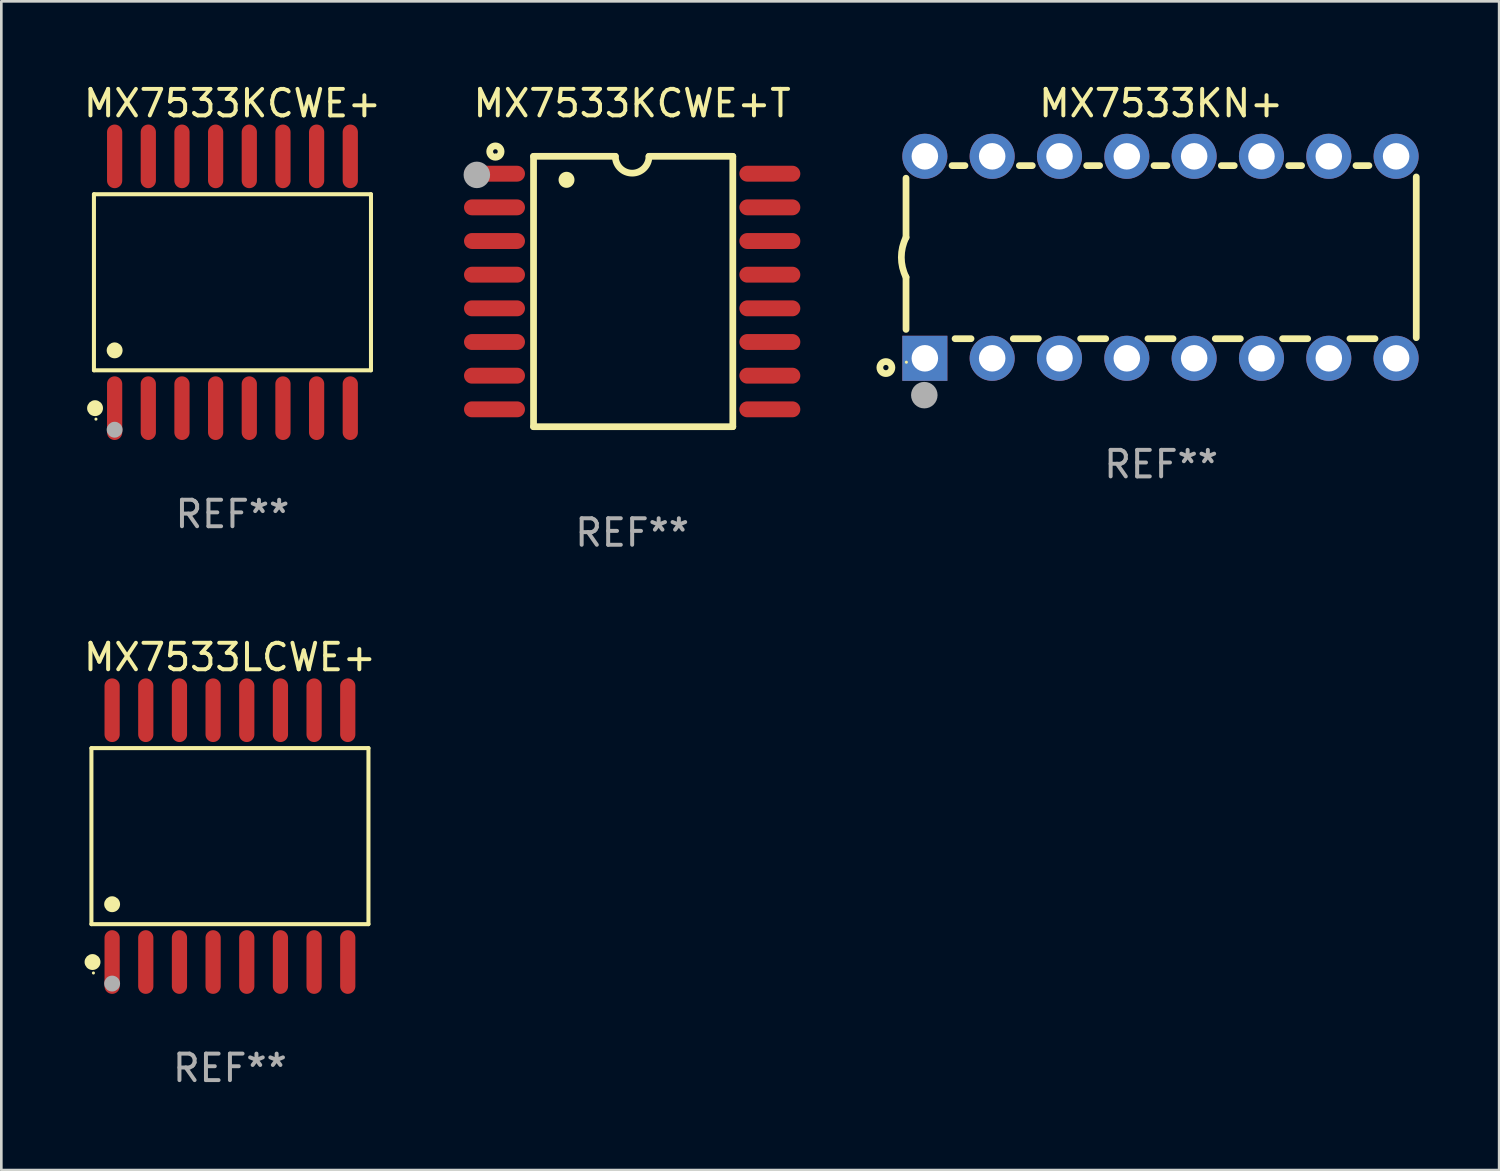
<source format=kicad_pcb>
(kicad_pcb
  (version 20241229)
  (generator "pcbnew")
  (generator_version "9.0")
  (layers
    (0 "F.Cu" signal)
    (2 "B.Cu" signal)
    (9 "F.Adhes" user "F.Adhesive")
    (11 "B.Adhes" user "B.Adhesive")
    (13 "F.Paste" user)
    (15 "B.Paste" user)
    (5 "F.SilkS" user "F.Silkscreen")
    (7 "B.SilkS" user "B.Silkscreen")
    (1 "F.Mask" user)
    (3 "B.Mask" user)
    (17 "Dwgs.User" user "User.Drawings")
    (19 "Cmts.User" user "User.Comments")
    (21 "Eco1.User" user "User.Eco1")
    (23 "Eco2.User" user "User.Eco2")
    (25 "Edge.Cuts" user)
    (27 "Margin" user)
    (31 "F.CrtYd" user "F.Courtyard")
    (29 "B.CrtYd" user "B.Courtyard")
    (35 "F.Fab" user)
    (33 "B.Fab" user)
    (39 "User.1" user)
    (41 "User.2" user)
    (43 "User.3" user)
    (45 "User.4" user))
  (footprint "MX7533KN+"
    (layer "F.Cu")
    (at 40.757 6.658)
    (property "Reference" "MX7533KN+" (at 0 -5.81 0) (layer "F.SilkS") (effects (font (size 1 1) (thickness 0.15))))
    (attr through_hole)
    (fp_line (start -9.625 -0.75) (end -9.625 -2.985) (stroke (width 0.254) (type solid)) (layer "F.SilkS"))
    (fp_line (start -9.625 0.749) (end -9.625 2.719) (stroke (width 0.254) (type solid)) (layer "F.SilkS"))
    (fp_line (start -7.889 -3.46) (end -7.401 -3.46) (stroke (width 0.254) (type solid)) (layer "F.SilkS"))
    (fp_line (start -7.775 3.07) (end -7.172 3.07) (stroke (width 0.254) (type solid)) (layer "F.SilkS"))
    (fp_line (start -5.578 3.07) (end -4.632 3.07) (stroke (width 0.254) (type solid)) (layer "F.SilkS"))
    (fp_line (start -5.349 -3.46) (end -4.861 -3.46) (stroke (width 0.254) (type solid)) (layer "F.SilkS"))
    (fp_line (start -3.038 3.07) (end -2.092 3.07) (stroke (width 0.254) (type solid)) (layer "F.SilkS"))
    (fp_line (start -2.809 -3.46) (end -2.321 -3.46) (stroke (width 0.254) (type solid)) (layer "F.SilkS"))
    (fp_line (start -0.498 3.07) (end 0.448 3.07) (stroke (width 0.254) (type solid)) (layer "F.SilkS"))
    (fp_line (start -0.269 -3.46) (end 0.219 -3.46) (stroke (width 0.254) (type solid)) (layer "F.SilkS"))
    (fp_line (start 2.042 3.07) (end 2.988 3.07) (stroke (width 0.254) (type solid)) (layer "F.SilkS"))
    (fp_line (start 2.271 -3.46) (end 2.759 -3.46) (stroke (width 0.254) (type solid)) (layer "F.SilkS"))
    (fp_line (start 4.582 3.07) (end 5.528 3.07) (stroke (width 0.254) (type solid)) (layer "F.SilkS"))
    (fp_line (start 4.811 -3.46) (end 5.299 -3.46) (stroke (width 0.254) (type solid)) (layer "F.SilkS"))
    (fp_line (start 7.122 3.07) (end 8.068 3.07) (stroke (width 0.254) (type solid)) (layer "F.SilkS"))
    (fp_line (start 7.351 -3.46) (end 7.839 -3.46) (stroke (width 0.254) (type solid)) (layer "F.SilkS"))
    (fp_line (start 9.625 3.032) (end 9.625 -3.032) (stroke (width 0.254) (type solid)) (layer "F.SilkS"))
    (fp_arc (start -9.62498 0.748819) (mid -9.801899 -0.000581) (end -9.625006 -0.749987) (stroke (width 0.254001) (type solid)) (layer "F.SilkS"))
    (fp_circle (center -10.385 4.16) (end -10.285 4.16) (stroke (width 0.254) (type solid)) (fill no) (layer "F.SilkS"))
    (fp_circle (center -9.612 3.957) (end -9.582 3.957) (stroke (width 0.06) (type solid)) (fill no) (layer "F.SilkS"))
    (fp_circle (center -8.935 5.2) (end -8.685 5.2) (stroke (width 0.5) (type solid)) (fill no) (layer "F.Fab"))
    (fp_text user "REF**" (at 0 7.81 0) (layer "F.Fab") (effects (font (size 1 1) (thickness 0.15))))
    (pad "1" thru_hole rect (at -8.915 3.81) (size 1.7 1.7) (drill 1) (layers "*.Cu" "*.Mask"))
    (pad "2" thru_hole circle (at -6.375 3.81) (size 1.7 1.7) (drill 1) (layers "*.Cu" "*.Mask"))
    (pad "3" thru_hole circle (at -3.835 3.81) (size 1.7 1.7) (drill 1) (layers "*.Cu" "*.Mask"))
    (pad "4" thru_hole circle (at -1.295 3.81) (size 1.7 1.7) (drill 1) (layers "*.Cu" "*.Mask"))
    (pad "5" thru_hole circle (at 1.245 3.81) (size 1.7 1.7) (drill 1) (layers "*.Cu" "*.Mask"))
    (pad "6" thru_hole circle (at 3.785 3.81) (size 1.7 1.7) (drill 1) (layers "*.Cu" "*.Mask"))
    (pad "7" thru_hole circle (at 6.325 3.81) (size 1.7 1.7) (drill 1) (layers "*.Cu" "*.Mask"))
    (pad "8" thru_hole circle (at 8.865 3.81) (size 1.7 1.7) (drill 1) (layers "*.Cu" "*.Mask"))
    (pad "9" thru_hole circle (at 8.865 -3.81) (size 1.7 1.7) (drill 1) (layers "*.Cu" "*.Mask"))
    (pad "10" thru_hole circle (at 6.325 -3.81) (size 1.7 1.7) (drill 1) (layers "*.Cu" "*.Mask"))
    (pad "11" thru_hole circle (at 3.785 -3.81) (size 1.7 1.7) (drill 1) (layers "*.Cu" "*.Mask"))
    (pad "12" thru_hole circle (at 1.245 -3.81) (size 1.7 1.7) (drill 1) (layers "*.Cu" "*.Mask"))
    (pad "13" thru_hole circle (at -1.295 -3.81) (size 1.7 1.7) (drill 1) (layers "*.Cu" "*.Mask"))
    (pad "14" thru_hole circle (at -3.835 -3.81) (size 1.7 1.7) (drill 1) (layers "*.Cu" "*.Mask"))
    (pad "15" thru_hole circle (at -6.375 -3.81) (size 1.7 1.7) (drill 1) (layers "*.Cu" "*.Mask"))
    (pad "16" thru_hole circle (at -8.915 -3.81) (size 1.7 1.7) (drill 1) (layers "*.Cu" "*.Mask")))
  (footprint "MX7533KCWE+"
    (layer "F.Cu")
    (at 5.72 7.599)
    (property "Reference" "MX7533KCWE+" (at 0 -6.75 0) (layer "F.SilkS") (effects (font (size 1 1) (thickness 0.15))))
    (attr through_hole)
    (fp_line (start -5.226 -3.321) (end 5.226 -3.321) (stroke (width 0.152) (type solid)) (layer "F.SilkS"))
    (fp_line (start -5.226 3.321) (end -5.226 -3.321) (stroke (width 0.152) (type solid)) (layer "F.SilkS"))
    (fp_line (start 5.226 -3.321) (end 5.226 3.321) (stroke (width 0.152) (type solid)) (layer "F.SilkS"))
    (fp_line (start 5.226 3.321) (end -5.226 3.321) (stroke (width 0.152) (type solid)) (layer "F.SilkS"))
    (fp_circle (center -5.184 4.75) (end -5.034 4.75) (stroke (width 0.3) (type solid)) (fill no) (layer "F.SilkS"))
    (fp_circle (center -5.15 5.163) (end -5.12 5.163) (stroke (width 0.06) (type solid)) (fill no) (layer "F.SilkS"))
    (fp_circle (center -4.445 2.569) (end -4.295 2.569) (stroke (width 0.3) (type solid)) (fill no) (layer "F.SilkS"))
    (fp_circle (center -4.445 5.563) (end -4.295 5.563) (stroke (width 0.3) (type solid)) (fill no) (layer "F.Fab"))
    (fp_text user "REF**" (at 0 8.75 0) (layer "F.Fab") (effects (font (size 1 1) (thickness 0.15))))
    (pad "1" smd oval (at -4.445 4.75) (size 0.574 2.401) (layers "F.Cu" "F.Mask" "F.Paste"))
    (pad "2" smd oval (at -3.175 4.75) (size 0.574 2.401) (layers "F.Cu" "F.Mask" "F.Paste"))
    (pad "3" smd oval (at -1.905 4.75) (size 0.574 2.401) (layers "F.Cu" "F.Mask" "F.Paste"))
    (pad "4" smd oval (at -0.635 4.75) (size 0.574 2.401) (layers "F.Cu" "F.Mask" "F.Paste"))
    (pad "5" smd oval (at 0.635 4.75) (size 0.574 2.401) (layers "F.Cu" "F.Mask" "F.Paste"))
    (pad "6" smd oval (at 1.905 4.75) (size 0.574 2.401) (layers "F.Cu" "F.Mask" "F.Paste"))
    (pad "7" smd oval (at 3.175 4.75) (size 0.574 2.401) (layers "F.Cu" "F.Mask" "F.Paste"))
    (pad "8" smd oval (at 4.445 4.75) (size 0.574 2.401) (layers "F.Cu" "F.Mask" "F.Paste"))
    (pad "9" smd oval (at 4.445 -4.75) (size 0.574 2.401) (layers "F.Cu" "F.Mask" "F.Paste"))
    (pad "10" smd oval (at 3.175 -4.75) (size 0.574 2.401) (layers "F.Cu" "F.Mask" "F.Paste"))
    (pad "11" smd oval (at 1.905 -4.75) (size 0.574 2.401) (layers "F.Cu" "F.Mask" "F.Paste"))
    (pad "12" smd oval (at 0.635 -4.75) (size 0.574 2.401) (layers "F.Cu" "F.Mask" "F.Paste"))
    (pad "13" smd oval (at -0.635 -4.75) (size 0.574 2.401) (layers "F.Cu" "F.Mask" "F.Paste"))
    (pad "14" smd oval (at -1.905 -4.75) (size 0.574 2.401) (layers "F.Cu" "F.Mask" "F.Paste"))
    (pad "15" smd oval (at -3.175 -4.75) (size 0.574 2.401) (layers "F.Cu" "F.Mask" "F.Paste"))
    (pad "16" smd oval (at -4.445 -4.75) (size 0.574 2.401) (layers "F.Cu" "F.Mask" "F.Paste")))
  (footprint "MX7533LCWE+"
    (layer "F.Cu")
    (at 5.625 28.495)
    (property "Reference" "MX7533LCWE+" (at 0 -6.75 0) (layer "F.SilkS") (effects (font (size 1 1) (thickness 0.15))))
    (attr through_hole)
    (fp_line (start -5.226 -3.321) (end 5.226 -3.321) (stroke (width 0.152) (type solid)) (layer "F.SilkS"))
    (fp_line (start -5.226 3.321) (end -5.226 -3.321) (stroke (width 0.152) (type solid)) (layer "F.SilkS"))
    (fp_line (start 5.226 -3.321) (end 5.226 3.321) (stroke (width 0.152) (type solid)) (layer "F.SilkS"))
    (fp_line (start 5.226 3.321) (end -5.226 3.321) (stroke (width 0.152) (type solid)) (layer "F.SilkS"))
    (fp_circle (center -5.184 4.75) (end -5.034 4.75) (stroke (width 0.3) (type solid)) (fill no) (layer "F.SilkS"))
    (fp_circle (center -5.15 5.163) (end -5.12 5.163) (stroke (width 0.06) (type solid)) (fill no) (layer "F.SilkS"))
    (fp_circle (center -4.445 2.569) (end -4.295 2.569) (stroke (width 0.3) (type solid)) (fill no) (layer "F.SilkS"))
    (fp_circle (center -4.445 5.563) (end -4.295 5.563) (stroke (width 0.3) (type solid)) (fill no) (layer "F.Fab"))
    (fp_text user "REF**" (at 0 8.75 0) (layer "F.Fab") (effects (font (size 1 1) (thickness 0.15))))
    (pad "1" smd oval (at -4.445 4.75) (size 0.574 2.401) (layers "F.Cu" "F.Mask" "F.Paste"))
    (pad "2" smd oval (at -3.175 4.75) (size 0.574 2.401) (layers "F.Cu" "F.Mask" "F.Paste"))
    (pad "3" smd oval (at -1.905 4.75) (size 0.574 2.401) (layers "F.Cu" "F.Mask" "F.Paste"))
    (pad "4" smd oval (at -0.635 4.75) (size 0.574 2.401) (layers "F.Cu" "F.Mask" "F.Paste"))
    (pad "5" smd oval (at 0.635 4.75) (size 0.574 2.401) (layers "F.Cu" "F.Mask" "F.Paste"))
    (pad "6" smd oval (at 1.905 4.75) (size 0.574 2.401) (layers "F.Cu" "F.Mask" "F.Paste"))
    (pad "7" smd oval (at 3.175 4.75) (size 0.574 2.401) (layers "F.Cu" "F.Mask" "F.Paste"))
    (pad "8" smd oval (at 4.445 4.75) (size 0.574 2.401) (layers "F.Cu" "F.Mask" "F.Paste"))
    (pad "9" smd oval (at 4.445 -4.75) (size 0.574 2.401) (layers "F.Cu" "F.Mask" "F.Paste"))
    (pad "10" smd oval (at 3.175 -4.75) (size 0.574 2.401) (layers "F.Cu" "F.Mask" "F.Paste"))
    (pad "11" smd oval (at 1.905 -4.75) (size 0.574 2.401) (layers "F.Cu" "F.Mask" "F.Paste"))
    (pad "12" smd oval (at 0.635 -4.75) (size 0.574 2.401) (layers "F.Cu" "F.Mask" "F.Paste"))
    (pad "13" smd oval (at -0.635 -4.75) (size 0.574 2.401) (layers "F.Cu" "F.Mask" "F.Paste"))
    (pad "14" smd oval (at -1.905 -4.75) (size 0.574 2.401) (layers "F.Cu" "F.Mask" "F.Paste"))
    (pad "15" smd oval (at -3.175 -4.75) (size 0.574 2.401) (layers "F.Cu" "F.Mask" "F.Paste"))
    (pad "16" smd oval (at -4.445 -4.75) (size 0.574 2.401) (layers "F.Cu" "F.Mask" "F.Paste")))
  (footprint "MX7533KCWE+T"
    (layer "F.Cu")
    (at 20.8 7.948)
    (property "Reference" "MX7533KCWE+T" (at 0 -7.1 0) (layer "F.SilkS") (effects (font (size 1 1) (thickness 0.15))))
    (attr through_hole)
    (fp_line (start -3.721 -5.1) (end -3.721 5.1) (stroke (width 0.254) (type solid)) (layer "F.SilkS"))
    (fp_line (start -3.721 -5.1) (end -0.635 -5.1) (stroke (width 0.254) (type solid)) (layer "F.SilkS"))
    (fp_line (start -3.721 5.1) (end 3.797 5.1) (stroke (width 0.254) (type solid)) (layer "F.SilkS"))
    (fp_line (start 3.797 -5.1) (end 0.635 -5.1) (stroke (width 0.254) (type solid)) (layer "F.SilkS"))
    (fp_line (start 3.797 5.1) (end 3.797 -5.1) (stroke (width 0.254) (type solid)) (layer "F.SilkS"))
    (fp_arc (start -2.476556 -4.211328) (mid -2.476567 -4.213868) (end -2.476556 -4.216408) (stroke (width 0.6) (type solid)) (layer "F.SilkS"))
    (fp_arc (start 0.63495 -5.100076) (mid -0.000178 -4.465329) (end -0.635052 -5.10033) (stroke (width 0.254001) (type solid)) (layer "F.SilkS"))
    (fp_circle (center -5.16 -5.28) (end -4.945 -5.28) (stroke (width 0.254) (type solid)) (fill no) (layer "F.SilkS"))
    (fp_circle (center -5.15 -5.15) (end -5.12 -5.15) (stroke (width 0.06) (type solid)) (fill no) (layer "F.SilkS"))
    (fp_circle (center -5.86 -4.4) (end -5.61 -4.4) (stroke (width 0.5) (type solid)) (fill no) (layer "F.Fab"))
    (fp_text user "REF**" (at 0 9.1 0) (layer "F.Fab") (effects (font (size 1 1) (thickness 0.15))))
    (pad "1" smd oval (at -5.194 -4.445) (size 2.3 0.6) (layers "F.Cu" "F.Mask" "F.Paste"))
    (pad "2" smd oval (at -5.194 -3.175) (size 2.3 0.6) (layers "F.Cu" "F.Mask" "F.Paste"))
    (pad "3" smd oval (at -5.194 -1.905) (size 2.3 0.6) (layers "F.Cu" "F.Mask" "F.Paste"))
    (pad "4" smd oval (at -5.194 -0.635) (size 2.3 0.6) (layers "F.Cu" "F.Mask" "F.Paste"))
    (pad "5" smd oval (at -5.194 0.635) (size 2.3 0.6) (layers "F.Cu" "F.Mask" "F.Paste"))
    (pad "6" smd oval (at -5.194 1.905) (size 2.3 0.6) (layers "F.Cu" "F.Mask" "F.Paste"))
    (pad "7" smd oval (at -5.194 3.175) (size 2.3 0.6) (layers "F.Cu" "F.Mask" "F.Paste"))
    (pad "8" smd oval (at -5.194 4.445) (size 2.3 0.6) (layers "F.Cu" "F.Mask" "F.Paste"))
    (pad "9" smd oval (at 5.194 4.445) (size 2.3 0.6) (layers "F.Cu" "F.Mask" "F.Paste"))
    (pad "10" smd oval (at 5.194 3.175) (size 2.3 0.6) (layers "F.Cu" "F.Mask" "F.Paste"))
    (pad "11" smd oval (at 5.194 1.905) (size 2.3 0.6) (layers "F.Cu" "F.Mask" "F.Paste"))
    (pad "12" smd oval (at 5.194 0.635) (size 2.3 0.6) (layers "F.Cu" "F.Mask" "F.Paste"))
    (pad "13" smd oval (at 5.194 -0.635) (size 2.3 0.6) (layers "F.Cu" "F.Mask" "F.Paste"))
    (pad "14" smd oval (at 5.194 -1.905) (size 2.3 0.6) (layers "F.Cu" "F.Mask" "F.Paste"))
    (pad "15" smd oval (at 5.194 -3.175) (size 2.3 0.6) (layers "F.Cu" "F.Mask" "F.Paste"))
    (pad "16" smd oval (at 5.194 -4.445) (size 2.3 0.6) (layers "F.Cu" "F.Mask" "F.Paste")))
  (gr_rect
    (start -3 -3)
    (end 53.509 41.094)
    (stroke (width 0.1) (type default))
    (fill no)
    (layer "Edge.Cuts")))
</source>
